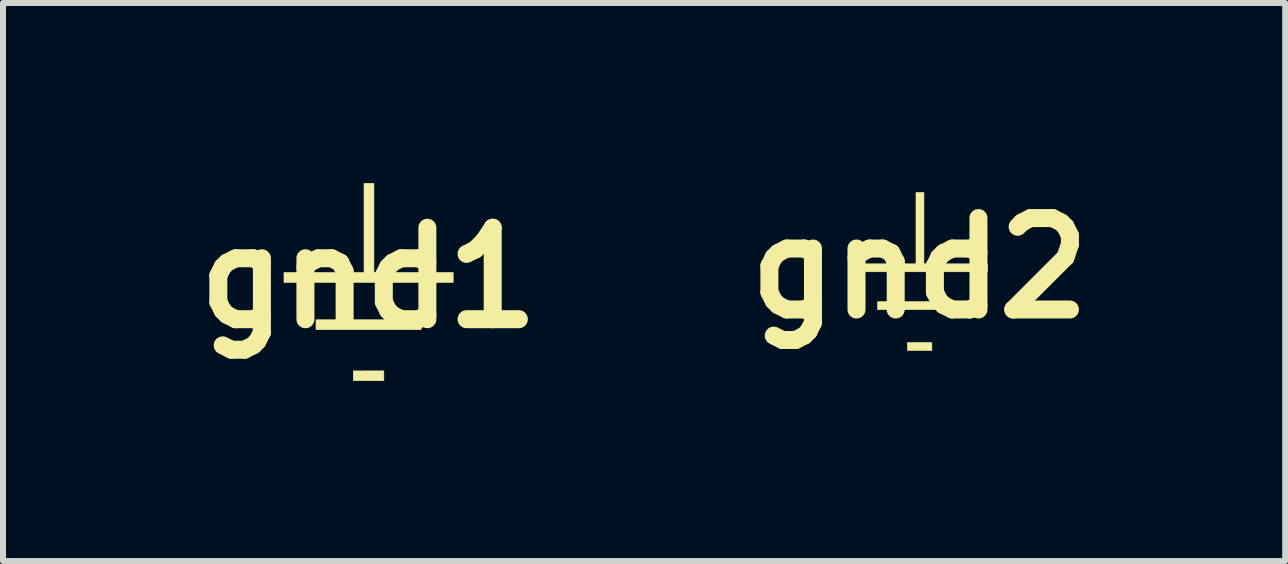
<source format=kicad_pcb>
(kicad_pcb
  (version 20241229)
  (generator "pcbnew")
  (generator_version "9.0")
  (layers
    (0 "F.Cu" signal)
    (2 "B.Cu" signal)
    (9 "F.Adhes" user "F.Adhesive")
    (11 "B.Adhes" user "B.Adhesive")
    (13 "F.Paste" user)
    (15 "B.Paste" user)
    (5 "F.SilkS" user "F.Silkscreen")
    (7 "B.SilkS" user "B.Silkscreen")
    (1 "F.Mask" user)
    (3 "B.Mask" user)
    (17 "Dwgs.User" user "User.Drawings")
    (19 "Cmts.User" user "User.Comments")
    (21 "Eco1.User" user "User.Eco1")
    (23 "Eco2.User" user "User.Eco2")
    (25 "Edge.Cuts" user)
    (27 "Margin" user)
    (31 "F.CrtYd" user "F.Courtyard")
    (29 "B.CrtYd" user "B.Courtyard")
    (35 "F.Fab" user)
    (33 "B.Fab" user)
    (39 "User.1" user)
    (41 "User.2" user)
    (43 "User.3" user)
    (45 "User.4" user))
  (footprint "gnd1"
    (layer "F.Cu")
    (at 3.092 1.58)
    (property "Reference" "gnd1" (at 0 0 0) (layer "F.SilkS") (effects (font (size 1.524 1.524) (thickness 0.3))))
    (attr through_hole)
    (fp_poly (pts (xy 0.254 1.714) (xy -0.254 1.714) (xy -0.254 1.551) (xy 0.254 1.55) (xy 0.254 1.714)) (stroke (width 0.01) (type solid)) (fill yes) (layer "F.SilkS"))
    (fp_poly (pts (xy 0.876 0.864) (xy -0.876 0.864) (xy -0.876 0.699) (xy 0.876 0.699) (xy 0.876 0.864)) (stroke (width 0.01) (type solid)) (fill yes) (layer "F.SilkS"))
    (fp_poly (pts (xy 0.089 -0.089) (xy 1.41 -0.089) (xy 1.41 0.076) (xy -1.41 0.076) (xy -1.41 -0.089) (xy -0.076 -0.089) (xy -0.076 -1.575) (xy 0.089 -1.575) (xy 0.089 -0.089)) (stroke (width 0.01) (type solid)) (fill yes) (layer "F.SilkS")))
  (footprint "gnd2"
    (layer "F.Cu")
    (at 12.275 1.418)
    (property "Reference" "gnd2" (at 0 0 0) (layer "F.SilkS") (effects (font (size 1.524 1.524) (thickness 0.3))))
    (attr through_hole)
    (fp_poly (pts (xy 0.701 0.691) (xy -0.701 0.691) (xy -0.701 0.559) (xy 0.701 0.559) (xy 0.701 0.691)) (stroke (width 0.01) (type solid)) (fill yes) (layer "F.SilkS"))
    (fp_poly (pts (xy 0.203 1.372) (xy -0.203 1.372) (xy -0.203 1.24) (xy 0 1.24) (xy 0.203 1.24) (xy 0.203 1.372)) (stroke (width 0.01) (type solid)) (fill yes) (layer "F.SilkS"))
    (fp_poly (pts (xy 0.071 -0.071) (xy 1.128 -0.071) (xy 1.128 0.061) (xy -1.128 0.061) (xy -1.128 -0.071) (xy -0.061 -0.071) (xy -0.061 -1.26) (xy 0.071 -1.26) (xy 0.071 -0.071)) (stroke (width 0.01) (type solid)) (fill yes) (layer "F.SilkS")))
  (gr_rect
    (start -3 -3)
    (end 18.366 6.299)
    (stroke (width 0.1) (type default))
    (fill no)
    (layer "Edge.Cuts")))
</source>
